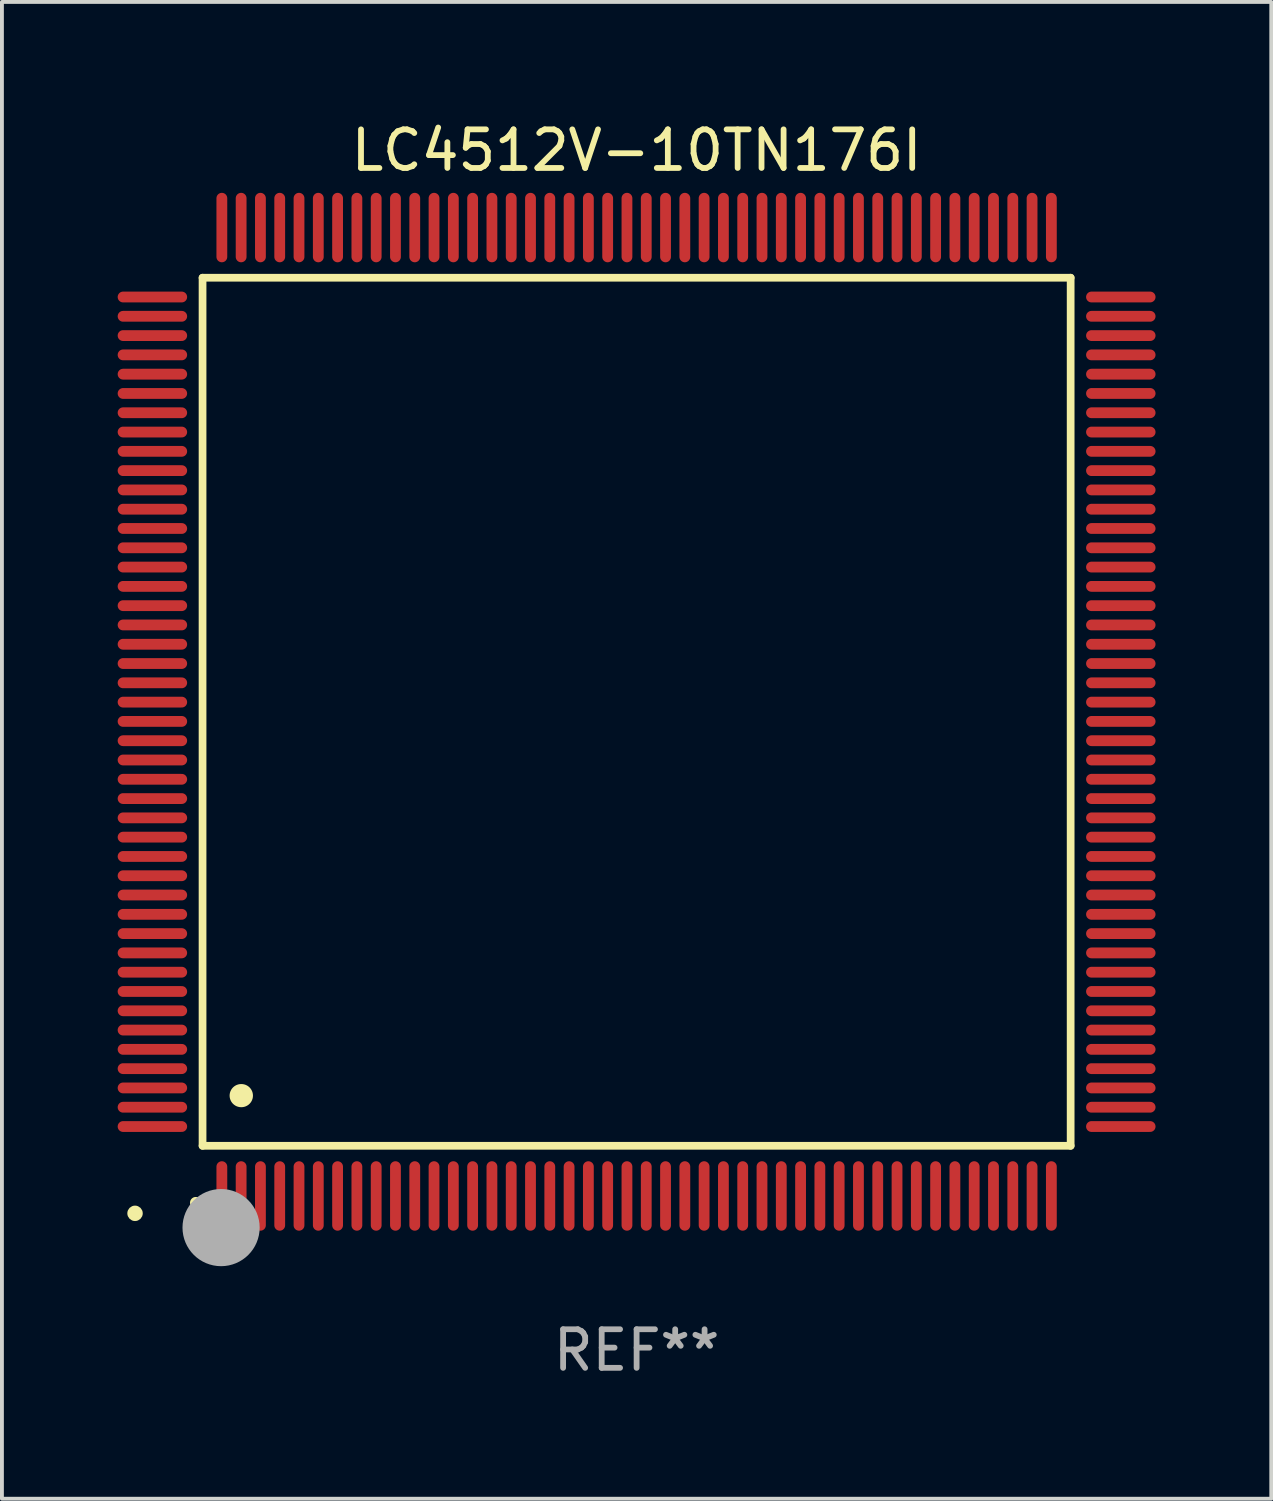
<source format=kicad_pcb>
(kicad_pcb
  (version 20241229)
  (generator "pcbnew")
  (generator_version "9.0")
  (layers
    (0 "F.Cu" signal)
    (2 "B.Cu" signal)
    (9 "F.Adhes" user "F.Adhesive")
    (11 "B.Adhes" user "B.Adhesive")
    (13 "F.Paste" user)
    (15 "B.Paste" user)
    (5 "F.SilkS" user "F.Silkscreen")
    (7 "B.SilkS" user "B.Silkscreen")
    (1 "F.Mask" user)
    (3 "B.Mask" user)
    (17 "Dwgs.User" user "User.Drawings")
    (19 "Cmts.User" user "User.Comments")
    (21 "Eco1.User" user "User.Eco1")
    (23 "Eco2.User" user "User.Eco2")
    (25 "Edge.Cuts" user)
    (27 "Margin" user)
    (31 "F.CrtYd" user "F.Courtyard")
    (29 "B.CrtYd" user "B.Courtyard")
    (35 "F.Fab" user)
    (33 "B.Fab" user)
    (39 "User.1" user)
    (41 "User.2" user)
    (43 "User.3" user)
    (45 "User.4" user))
  (footprint "LC4512V-10TN176I"
    (layer "F.Cu")
    (at 13.45 15.398)
    (property "Reference" "LC4512V-10TN176I" (at 0 -14.55 0) (layer "F.SilkS") (effects (font (size 1 1) (thickness 0.15))))
    (attr through_hole)
    (fp_line (start -11.25 -11.25) (end 11.25 -11.25) (stroke (width 0.2) (type solid)) (layer "F.SilkS"))
    (fp_line (start -11.25 11.25) (end -11.25 -11.25) (stroke (width 0.2) (type solid)) (layer "F.SilkS"))
    (fp_line (start 11.25 -11.25) (end 11.25 11.25) (stroke (width 0.2) (type solid)) (layer "F.SilkS"))
    (fp_line (start 11.25 11.25) (end -11.25 11.25) (stroke (width 0.2) (type solid)) (layer "F.SilkS"))
    (fp_arc (start -11.424943 12.725425) (mid -11.423673 12.72542) (end -11.422403 12.725425) (stroke (width 0.3) (type solid)) (layer "F.SilkS"))
    (fp_arc (start -10.24892 9.9492) (mid -10.24638 9.949189) (end -10.24384 9.9492) (stroke (width 0.6) (type solid)) (layer "F.SilkS"))
    (fp_circle (center -13 13) (end -12.9 13) (stroke (width 0.2) (type solid)) (fill no) (layer "F.SilkS"))
    (fp_circle (center -10.77 13.37) (end -10.27 13.37) (stroke (width 1) (type solid)) (fill no) (layer "F.Fab"))
    (fp_text user "REF**" (at 0 16.55 0) (layer "F.Fab") (effects (font (size 1 1) (thickness 0.15))))
    (pad "1" smd oval (at -10.75 12.55) (size 0.28 1.8) (layers "F.Cu" "F.Mask" "F.Paste"))
    (pad "2" smd oval (at -10.25 12.55) (size 0.28 1.8) (layers "F.Cu" "F.Mask" "F.Paste"))
    (pad "3" smd oval (at -9.75 12.55) (size 0.28 1.8) (layers "F.Cu" "F.Mask" "F.Paste"))
    (pad "4" smd oval (at -9.25 12.55) (size 0.28 1.8) (layers "F.Cu" "F.Mask" "F.Paste"))
    (pad "5" smd oval (at -8.75 12.55) (size 0.28 1.8) (layers "F.Cu" "F.Mask" "F.Paste"))
    (pad "6" smd oval (at -8.25 12.55) (size 0.28 1.8) (layers "F.Cu" "F.Mask" "F.Paste"))
    (pad "7" smd oval (at -7.75 12.55) (size 0.28 1.8) (layers "F.Cu" "F.Mask" "F.Paste"))
    (pad "8" smd oval (at -7.25 12.55) (size 0.28 1.8) (layers "F.Cu" "F.Mask" "F.Paste"))
    (pad "9" smd oval (at -6.75 12.55) (size 0.28 1.8) (layers "F.Cu" "F.Mask" "F.Paste"))
    (pad "10" smd oval (at -6.25 12.55) (size 0.28 1.8) (layers "F.Cu" "F.Mask" "F.Paste"))
    (pad "11" smd oval (at -5.75 12.55) (size 0.28 1.8) (layers "F.Cu" "F.Mask" "F.Paste"))
    (pad "12" smd oval (at -5.25 12.55) (size 0.28 1.8) (layers "F.Cu" "F.Mask" "F.Paste"))
    (pad "13" smd oval (at -4.75 12.55) (size 0.28 1.8) (layers "F.Cu" "F.Mask" "F.Paste"))
    (pad "14" smd oval (at -4.25 12.55) (size 0.28 1.8) (layers "F.Cu" "F.Mask" "F.Paste"))
    (pad "15" smd oval (at -3.75 12.55) (size 0.28 1.8) (layers "F.Cu" "F.Mask" "F.Paste"))
    (pad "16" smd oval (at -3.25 12.55) (size 0.28 1.8) (layers "F.Cu" "F.Mask" "F.Paste"))
    (pad "17" smd oval (at -2.75 12.55) (size 0.28 1.8) (layers "F.Cu" "F.Mask" "F.Paste"))
    (pad "18" smd oval (at -2.25 12.55) (size 0.28 1.8) (layers "F.Cu" "F.Mask" "F.Paste"))
    (pad "19" smd oval (at -1.75 12.55) (size 0.28 1.8) (layers "F.Cu" "F.Mask" "F.Paste"))
    (pad "20" smd oval (at -1.25 12.55) (size 0.28 1.8) (layers "F.Cu" "F.Mask" "F.Paste"))
    (pad "21" smd oval (at -0.75 12.55) (size 0.28 1.8) (layers "F.Cu" "F.Mask" "F.Paste"))
    (pad "22" smd oval (at -0.25 12.55) (size 0.28 1.8) (layers "F.Cu" "F.Mask" "F.Paste"))
    (pad "23" smd oval (at 0.25 12.55) (size 0.28 1.8) (layers "F.Cu" "F.Mask" "F.Paste"))
    (pad "24" smd oval (at 0.75 12.55) (size 0.28 1.8) (layers "F.Cu" "F.Mask" "F.Paste"))
    (pad "25" smd oval (at 1.25 12.55) (size 0.28 1.8) (layers "F.Cu" "F.Mask" "F.Paste"))
    (pad "26" smd oval (at 1.75 12.55) (size 0.28 1.8) (layers "F.Cu" "F.Mask" "F.Paste"))
    (pad "27" smd oval (at 2.25 12.55) (size 0.28 1.8) (layers "F.Cu" "F.Mask" "F.Paste"))
    (pad "28" smd oval (at 2.75 12.55) (size 0.28 1.8) (layers "F.Cu" "F.Mask" "F.Paste"))
    (pad "29" smd oval (at 3.25 12.55) (size 0.28 1.8) (layers "F.Cu" "F.Mask" "F.Paste"))
    (pad "30" smd oval (at 3.75 12.55) (size 0.28 1.8) (layers "F.Cu" "F.Mask" "F.Paste"))
    (pad "31" smd oval (at 4.25 12.55) (size 0.28 1.8) (layers "F.Cu" "F.Mask" "F.Paste"))
    (pad "32" smd oval (at 4.75 12.55) (size 0.28 1.8) (layers "F.Cu" "F.Mask" "F.Paste"))
    (pad "33" smd oval (at 5.25 12.55) (size 0.28 1.8) (layers "F.Cu" "F.Mask" "F.Paste"))
    (pad "34" smd oval (at 5.75 12.55) (size 0.28 1.8) (layers "F.Cu" "F.Mask" "F.Paste"))
    (pad "35" smd oval (at 6.25 12.55) (size 0.28 1.8) (layers "F.Cu" "F.Mask" "F.Paste"))
    (pad "36" smd oval (at 6.75 12.55) (size 0.28 1.8) (layers "F.Cu" "F.Mask" "F.Paste"))
    (pad "37" smd oval (at 7.25 12.55) (size 0.28 1.8) (layers "F.Cu" "F.Mask" "F.Paste"))
    (pad "38" smd oval (at 7.75 12.55) (size 0.28 1.8) (layers "F.Cu" "F.Mask" "F.Paste"))
    (pad "39" smd oval (at 8.25 12.55) (size 0.28 1.8) (layers "F.Cu" "F.Mask" "F.Paste"))
    (pad "40" smd oval (at 8.75 12.55) (size 0.28 1.8) (layers "F.Cu" "F.Mask" "F.Paste"))
    (pad "41" smd oval (at 9.25 12.55) (size 0.28 1.8) (layers "F.Cu" "F.Mask" "F.Paste"))
    (pad "42" smd oval (at 9.75 12.55) (size 0.28 1.8) (layers "F.Cu" "F.Mask" "F.Paste"))
    (pad "43" smd oval (at 10.25 12.55) (size 0.28 1.8) (layers "F.Cu" "F.Mask" "F.Paste"))
    (pad "44" smd oval (at 10.75 12.55) (size 0.28 1.8) (layers "F.Cu" "F.Mask" "F.Paste"))
    (pad "45" smd oval (at 12.55 10.75) (size 1.8 0.28) (layers "F.Cu" "F.Mask" "F.Paste"))
    (pad "46" smd oval (at 12.55 10.25) (size 1.8 0.28) (layers "F.Cu" "F.Mask" "F.Paste"))
    (pad "47" smd oval (at 12.55 9.75) (size 1.8 0.28) (layers "F.Cu" "F.Mask" "F.Paste"))
    (pad "48" smd oval (at 12.55 9.25) (size 1.8 0.28) (layers "F.Cu" "F.Mask" "F.Paste"))
    (pad "49" smd oval (at 12.55 8.75) (size 1.8 0.28) (layers "F.Cu" "F.Mask" "F.Paste"))
    (pad "50" smd oval (at 12.55 8.25) (size 1.8 0.28) (layers "F.Cu" "F.Mask" "F.Paste"))
    (pad "51" smd oval (at 12.55 7.75) (size 1.8 0.28) (layers "F.Cu" "F.Mask" "F.Paste"))
    (pad "52" smd oval (at 12.55 7.25) (size 1.8 0.28) (layers "F.Cu" "F.Mask" "F.Paste"))
    (pad "53" smd oval (at 12.55 6.75) (size 1.8 0.28) (layers "F.Cu" "F.Mask" "F.Paste"))
    (pad "54" smd oval (at 12.55 6.25) (size 1.8 0.28) (layers "F.Cu" "F.Mask" "F.Paste"))
    (pad "55" smd oval (at 12.55 5.75) (size 1.8 0.28) (layers "F.Cu" "F.Mask" "F.Paste"))
    (pad "56" smd oval (at 12.55 5.25) (size 1.8 0.28) (layers "F.Cu" "F.Mask" "F.Paste"))
    (pad "57" smd oval (at 12.55 4.75) (size 1.8 0.28) (layers "F.Cu" "F.Mask" "F.Paste"))
    (pad "58" smd oval (at 12.55 4.25) (size 1.8 0.28) (layers "F.Cu" "F.Mask" "F.Paste"))
    (pad "59" smd oval (at 12.55 3.75) (size 1.8 0.28) (layers "F.Cu" "F.Mask" "F.Paste"))
    (pad "60" smd oval (at 12.55 3.25) (size 1.8 0.28) (layers "F.Cu" "F.Mask" "F.Paste"))
    (pad "61" smd oval (at 12.55 2.75) (size 1.8 0.28) (layers "F.Cu" "F.Mask" "F.Paste"))
    (pad "62" smd oval (at 12.55 2.25) (size 1.8 0.28) (layers "F.Cu" "F.Mask" "F.Paste"))
    (pad "63" smd oval (at 12.55 1.75) (size 1.8 0.28) (layers "F.Cu" "F.Mask" "F.Paste"))
    (pad "64" smd oval (at 12.55 1.25) (size 1.8 0.28) (layers "F.Cu" "F.Mask" "F.Paste"))
    (pad "65" smd oval (at 12.55 0.75) (size 1.8 0.28) (layers "F.Cu" "F.Mask" "F.Paste"))
    (pad "66" smd oval (at 12.55 0.25) (size 1.8 0.28) (layers "F.Cu" "F.Mask" "F.Paste"))
    (pad "67" smd oval (at 12.55 -0.25) (size 1.8 0.28) (layers "F.Cu" "F.Mask" "F.Paste"))
    (pad "68" smd oval (at 12.55 -0.75) (size 1.8 0.28) (layers "F.Cu" "F.Mask" "F.Paste"))
    (pad "69" smd oval (at 12.55 -1.25) (size 1.8 0.28) (layers "F.Cu" "F.Mask" "F.Paste"))
    (pad "70" smd oval (at 12.55 -1.75) (size 1.8 0.28) (layers "F.Cu" "F.Mask" "F.Paste"))
    (pad "71" smd oval (at 12.55 -2.25) (size 1.8 0.28) (layers "F.Cu" "F.Mask" "F.Paste"))
    (pad "72" smd oval (at 12.55 -2.75) (size 1.8 0.28) (layers "F.Cu" "F.Mask" "F.Paste"))
    (pad "73" smd oval (at 12.55 -3.25) (size 1.8 0.28) (layers "F.Cu" "F.Mask" "F.Paste"))
    (pad "74" smd oval (at 12.55 -3.75) (size 1.8 0.28) (layers "F.Cu" "F.Mask" "F.Paste"))
    (pad "75" smd oval (at 12.55 -4.25) (size 1.8 0.28) (layers "F.Cu" "F.Mask" "F.Paste"))
    (pad "76" smd oval (at 12.55 -4.75) (size 1.8 0.28) (layers "F.Cu" "F.Mask" "F.Paste"))
    (pad "77" smd oval (at 12.55 -5.25) (size 1.8 0.28) (layers "F.Cu" "F.Mask" "F.Paste"))
    (pad "78" smd oval (at 12.55 -5.75) (size 1.8 0.28) (layers "F.Cu" "F.Mask" "F.Paste"))
    (pad "79" smd oval (at 12.55 -6.25) (size 1.8 0.28) (layers "F.Cu" "F.Mask" "F.Paste"))
    (pad "80" smd oval (at 12.55 -6.75) (size 1.8 0.28) (layers "F.Cu" "F.Mask" "F.Paste"))
    (pad "81" smd oval (at 12.55 -7.25) (size 1.8 0.28) (layers "F.Cu" "F.Mask" "F.Paste"))
    (pad "82" smd oval (at 12.55 -7.75) (size 1.8 0.28) (layers "F.Cu" "F.Mask" "F.Paste"))
    (pad "83" smd oval (at 12.55 -8.25) (size 1.8 0.28) (layers "F.Cu" "F.Mask" "F.Paste"))
    (pad "84" smd oval (at 12.55 -8.75) (size 1.8 0.28) (layers "F.Cu" "F.Mask" "F.Paste"))
    (pad "85" smd oval (at 12.55 -9.25) (size 1.8 0.28) (layers "F.Cu" "F.Mask" "F.Paste"))
    (pad "86" smd oval (at 12.55 -9.75) (size 1.8 0.28) (layers "F.Cu" "F.Mask" "F.Paste"))
    (pad "87" smd oval (at 12.55 -10.25) (size 1.8 0.28) (layers "F.Cu" "F.Mask" "F.Paste"))
    (pad "88" smd oval (at 12.55 -10.75) (size 1.8 0.28) (layers "F.Cu" "F.Mask" "F.Paste"))
    (pad "89" smd oval (at 10.75 -12.55) (size 0.28 1.8) (layers "F.Cu" "F.Mask" "F.Paste"))
    (pad "90" smd oval (at 10.25 -12.55) (size 0.28 1.8) (layers "F.Cu" "F.Mask" "F.Paste"))
    (pad "91" smd oval (at 9.75 -12.55) (size 0.28 1.8) (layers "F.Cu" "F.Mask" "F.Paste"))
    (pad "92" smd oval (at 9.25 -12.55) (size 0.28 1.8) (layers "F.Cu" "F.Mask" "F.Paste"))
    (pad "93" smd oval (at 8.75 -12.55) (size 0.28 1.8) (layers "F.Cu" "F.Mask" "F.Paste"))
    (pad "94" smd oval (at 8.25 -12.55) (size 0.28 1.8) (layers "F.Cu" "F.Mask" "F.Paste"))
    (pad "95" smd oval (at 7.75 -12.55) (size 0.28 1.8) (layers "F.Cu" "F.Mask" "F.Paste"))
    (pad "96" smd oval (at 7.25 -12.55) (size 0.28 1.8) (layers "F.Cu" "F.Mask" "F.Paste"))
    (pad "97" smd oval (at 6.75 -12.55) (size 0.28 1.8) (layers "F.Cu" "F.Mask" "F.Paste"))
    (pad "98" smd oval (at 6.25 -12.55) (size 0.28 1.8) (layers "F.Cu" "F.Mask" "F.Paste"))
    (pad "99" smd oval (at 5.75 -12.55) (size 0.28 1.8) (layers "F.Cu" "F.Mask" "F.Paste"))
    (pad "100" smd oval (at 5.25 -12.55) (size 0.28 1.8) (layers "F.Cu" "F.Mask" "F.Paste"))
    (pad "101" smd oval (at 4.75 -12.55) (size 0.28 1.8) (layers "F.Cu" "F.Mask" "F.Paste"))
    (pad "102" smd oval (at 4.25 -12.55) (size 0.28 1.8) (layers "F.Cu" "F.Mask" "F.Paste"))
    (pad "103" smd oval (at 3.75 -12.55) (size 0.28 1.8) (layers "F.Cu" "F.Mask" "F.Paste"))
    (pad "104" smd oval (at 3.25 -12.55) (size 0.28 1.8) (layers "F.Cu" "F.Mask" "F.Paste"))
    (pad "105" smd oval (at 2.75 -12.55) (size 0.28 1.8) (layers "F.Cu" "F.Mask" "F.Paste"))
    (pad "106" smd oval (at 2.25 -12.55) (size 0.28 1.8) (layers "F.Cu" "F.Mask" "F.Paste"))
    (pad "107" smd oval (at 1.75 -12.55) (size 0.28 1.8) (layers "F.Cu" "F.Mask" "F.Paste"))
    (pad "108" smd oval (at 1.25 -12.55) (size 0.28 1.8) (layers "F.Cu" "F.Mask" "F.Paste"))
    (pad "109" smd oval (at 0.75 -12.55) (size 0.28 1.8) (layers "F.Cu" "F.Mask" "F.Paste"))
    (pad "110" smd oval (at 0.25 -12.55) (size 0.28 1.8) (layers "F.Cu" "F.Mask" "F.Paste"))
    (pad "111" smd oval (at -0.25 -12.55) (size 0.28 1.8) (layers "F.Cu" "F.Mask" "F.Paste"))
    (pad "112" smd oval (at -0.75 -12.55) (size 0.28 1.8) (layers "F.Cu" "F.Mask" "F.Paste"))
    (pad "113" smd oval (at -1.25 -12.55) (size 0.28 1.8) (layers "F.Cu" "F.Mask" "F.Paste"))
    (pad "114" smd oval (at -1.75 -12.55) (size 0.28 1.8) (layers "F.Cu" "F.Mask" "F.Paste"))
    (pad "115" smd oval (at -2.25 -12.55) (size 0.28 1.8) (layers "F.Cu" "F.Mask" "F.Paste"))
    (pad "116" smd oval (at -2.75 -12.55) (size 0.28 1.8) (layers "F.Cu" "F.Mask" "F.Paste"))
    (pad "117" smd oval (at -3.25 -12.55) (size 0.28 1.8) (layers "F.Cu" "F.Mask" "F.Paste"))
    (pad "118" smd oval (at -3.75 -12.55) (size 0.28 1.8) (layers "F.Cu" "F.Mask" "F.Paste"))
    (pad "119" smd oval (at -4.25 -12.55) (size 0.28 1.8) (layers "F.Cu" "F.Mask" "F.Paste"))
    (pad "120" smd oval (at -4.75 -12.55) (size 0.28 1.8) (layers "F.Cu" "F.Mask" "F.Paste"))
    (pad "121" smd oval (at -5.25 -12.55) (size 0.28 1.8) (layers "F.Cu" "F.Mask" "F.Paste"))
    (pad "122" smd oval (at -5.75 -12.55) (size 0.28 1.8) (layers "F.Cu" "F.Mask" "F.Paste"))
    (pad "123" smd oval (at -6.25 -12.55) (size 0.28 1.8) (layers "F.Cu" "F.Mask" "F.Paste"))
    (pad "124" smd oval (at -6.75 -12.55) (size 0.28 1.8) (layers "F.Cu" "F.Mask" "F.Paste"))
    (pad "125" smd oval (at -7.25 -12.55) (size 0.28 1.8) (layers "F.Cu" "F.Mask" "F.Paste"))
    (pad "126" smd oval (at -7.75 -12.55) (size 0.28 1.8) (layers "F.Cu" "F.Mask" "F.Paste"))
    (pad "127" smd oval (at -8.25 -12.55) (size 0.28 1.8) (layers "F.Cu" "F.Mask" "F.Paste"))
    (pad "128" smd oval (at -8.75 -12.55) (size 0.28 1.8) (layers "F.Cu" "F.Mask" "F.Paste"))
    (pad "129" smd oval (at -9.25 -12.55) (size 0.28 1.8) (layers "F.Cu" "F.Mask" "F.Paste"))
    (pad "130" smd oval (at -9.75 -12.55) (size 0.28 1.8) (layers "F.Cu" "F.Mask" "F.Paste"))
    (pad "131" smd oval (at -10.25 -12.55) (size 0.28 1.8) (layers "F.Cu" "F.Mask" "F.Paste"))
    (pad "132" smd oval (at -10.75 -12.55) (size 0.28 1.8) (layers "F.Cu" "F.Mask" "F.Paste"))
    (pad "133" smd oval (at -12.55 -10.75) (size 1.8 0.28) (layers "F.Cu" "F.Mask" "F.Paste"))
    (pad "134" smd oval (at -12.55 -10.25) (size 1.8 0.28) (layers "F.Cu" "F.Mask" "F.Paste"))
    (pad "135" smd oval (at -12.55 -9.75) (size 1.8 0.28) (layers "F.Cu" "F.Mask" "F.Paste"))
    (pad "136" smd oval (at -12.55 -9.25) (size 1.8 0.28) (layers "F.Cu" "F.Mask" "F.Paste"))
    (pad "137" smd oval (at -12.55 -8.75) (size 1.8 0.28) (layers "F.Cu" "F.Mask" "F.Paste"))
    (pad "138" smd oval (at -12.55 -8.25) (size 1.8 0.28) (layers "F.Cu" "F.Mask" "F.Paste"))
    (pad "139" smd oval (at -12.55 -7.75) (size 1.8 0.28) (layers "F.Cu" "F.Mask" "F.Paste"))
    (pad "140" smd oval (at -12.55 -7.25) (size 1.8 0.28) (layers "F.Cu" "F.Mask" "F.Paste"))
    (pad "141" smd oval (at -12.55 -6.75) (size 1.8 0.28) (layers "F.Cu" "F.Mask" "F.Paste"))
    (pad "142" smd oval (at -12.55 -6.25) (size 1.8 0.28) (layers "F.Cu" "F.Mask" "F.Paste"))
    (pad "143" smd oval (at -12.55 -5.75) (size 1.8 0.28) (layers "F.Cu" "F.Mask" "F.Paste"))
    (pad "144" smd oval (at -12.55 -5.25) (size 1.8 0.28) (layers "F.Cu" "F.Mask" "F.Paste"))
    (pad "145" smd oval (at -12.55 -4.75) (size 1.8 0.28) (layers "F.Cu" "F.Mask" "F.Paste"))
    (pad "146" smd oval (at -12.55 -4.25) (size 1.8 0.28) (layers "F.Cu" "F.Mask" "F.Paste"))
    (pad "147" smd oval (at -12.55 -3.75) (size 1.8 0.28) (layers "F.Cu" "F.Mask" "F.Paste"))
    (pad "148" smd oval (at -12.55 -3.25) (size 1.8 0.28) (layers "F.Cu" "F.Mask" "F.Paste"))
    (pad "149" smd oval (at -12.55 -2.75) (size 1.8 0.28) (layers "F.Cu" "F.Mask" "F.Paste"))
    (pad "150" smd oval (at -12.55 -2.25) (size 1.8 0.28) (layers "F.Cu" "F.Mask" "F.Paste"))
    (pad "151" smd oval (at -12.55 -1.75) (size 1.8 0.28) (layers "F.Cu" "F.Mask" "F.Paste"))
    (pad "152" smd oval (at -12.55 -1.25) (size 1.8 0.28) (layers "F.Cu" "F.Mask" "F.Paste"))
    (pad "153" smd oval (at -12.55 -0.75) (size 1.8 0.28) (layers "F.Cu" "F.Mask" "F.Paste"))
    (pad "154" smd oval (at -12.55 -0.25) (size 1.8 0.28) (layers "F.Cu" "F.Mask" "F.Paste"))
    (pad "155" smd oval (at -12.55 0.25) (size 1.8 0.28) (layers "F.Cu" "F.Mask" "F.Paste"))
    (pad "156" smd oval (at -12.55 0.75) (size 1.8 0.28) (layers "F.Cu" "F.Mask" "F.Paste"))
    (pad "157" smd oval (at -12.55 1.25) (size 1.8 0.28) (layers "F.Cu" "F.Mask" "F.Paste"))
    (pad "158" smd oval (at -12.55 1.75) (size 1.8 0.28) (layers "F.Cu" "F.Mask" "F.Paste"))
    (pad "159" smd oval (at -12.55 2.25) (size 1.8 0.28) (layers "F.Cu" "F.Mask" "F.Paste"))
    (pad "160" smd oval (at -12.55 2.75) (size 1.8 0.28) (layers "F.Cu" "F.Mask" "F.Paste"))
    (pad "161" smd oval (at -12.55 3.25) (size 1.8 0.28) (layers "F.Cu" "F.Mask" "F.Paste"))
    (pad "162" smd oval (at -12.55 3.75) (size 1.8 0.28) (layers "F.Cu" "F.Mask" "F.Paste"))
    (pad "163" smd oval (at -12.55 4.25) (size 1.8 0.28) (layers "F.Cu" "F.Mask" "F.Paste"))
    (pad "164" smd oval (at -12.55 4.75) (size 1.8 0.28) (layers "F.Cu" "F.Mask" "F.Paste"))
    (pad "165" smd oval (at -12.55 5.25) (size 1.8 0.28) (layers "F.Cu" "F.Mask" "F.Paste"))
    (pad "166" smd oval (at -12.55 5.75) (size 1.8 0.28) (layers "F.Cu" "F.Mask" "F.Paste"))
    (pad "167" smd oval (at -12.55 6.25) (size 1.8 0.28) (layers "F.Cu" "F.Mask" "F.Paste"))
    (pad "168" smd oval (at -12.55 6.75) (size 1.8 0.28) (layers "F.Cu" "F.Mask" "F.Paste"))
    (pad "169" smd oval (at -12.55 7.25) (size 1.8 0.28) (layers "F.Cu" "F.Mask" "F.Paste"))
    (pad "170" smd oval (at -12.55 7.75) (size 1.8 0.28) (layers "F.Cu" "F.Mask" "F.Paste"))
    (pad "171" smd oval (at -12.55 8.25) (size 1.8 0.28) (layers "F.Cu" "F.Mask" "F.Paste"))
    (pad "172" smd oval (at -12.55 8.75) (size 1.8 0.28) (layers "F.Cu" "F.Mask" "F.Paste"))
    (pad "173" smd oval (at -12.55 9.25) (size 1.8 0.28) (layers "F.Cu" "F.Mask" "F.Paste"))
    (pad "174" smd oval (at -12.55 9.75) (size 1.8 0.28) (layers "F.Cu" "F.Mask" "F.Paste"))
    (pad "175" smd oval (at -12.55 10.25) (size 1.8 0.28) (layers "F.Cu" "F.Mask" "F.Paste"))
    (pad "176" smd oval (at -12.55 10.75) (size 1.8 0.28) (layers "F.Cu" "F.Mask" "F.Paste")))
  (gr_rect
    (start -3 -3)
    (end 29.9 35.796)
    (stroke (width 0.1) (type default))
    (fill no)
    (layer "Edge.Cuts")))
</source>
